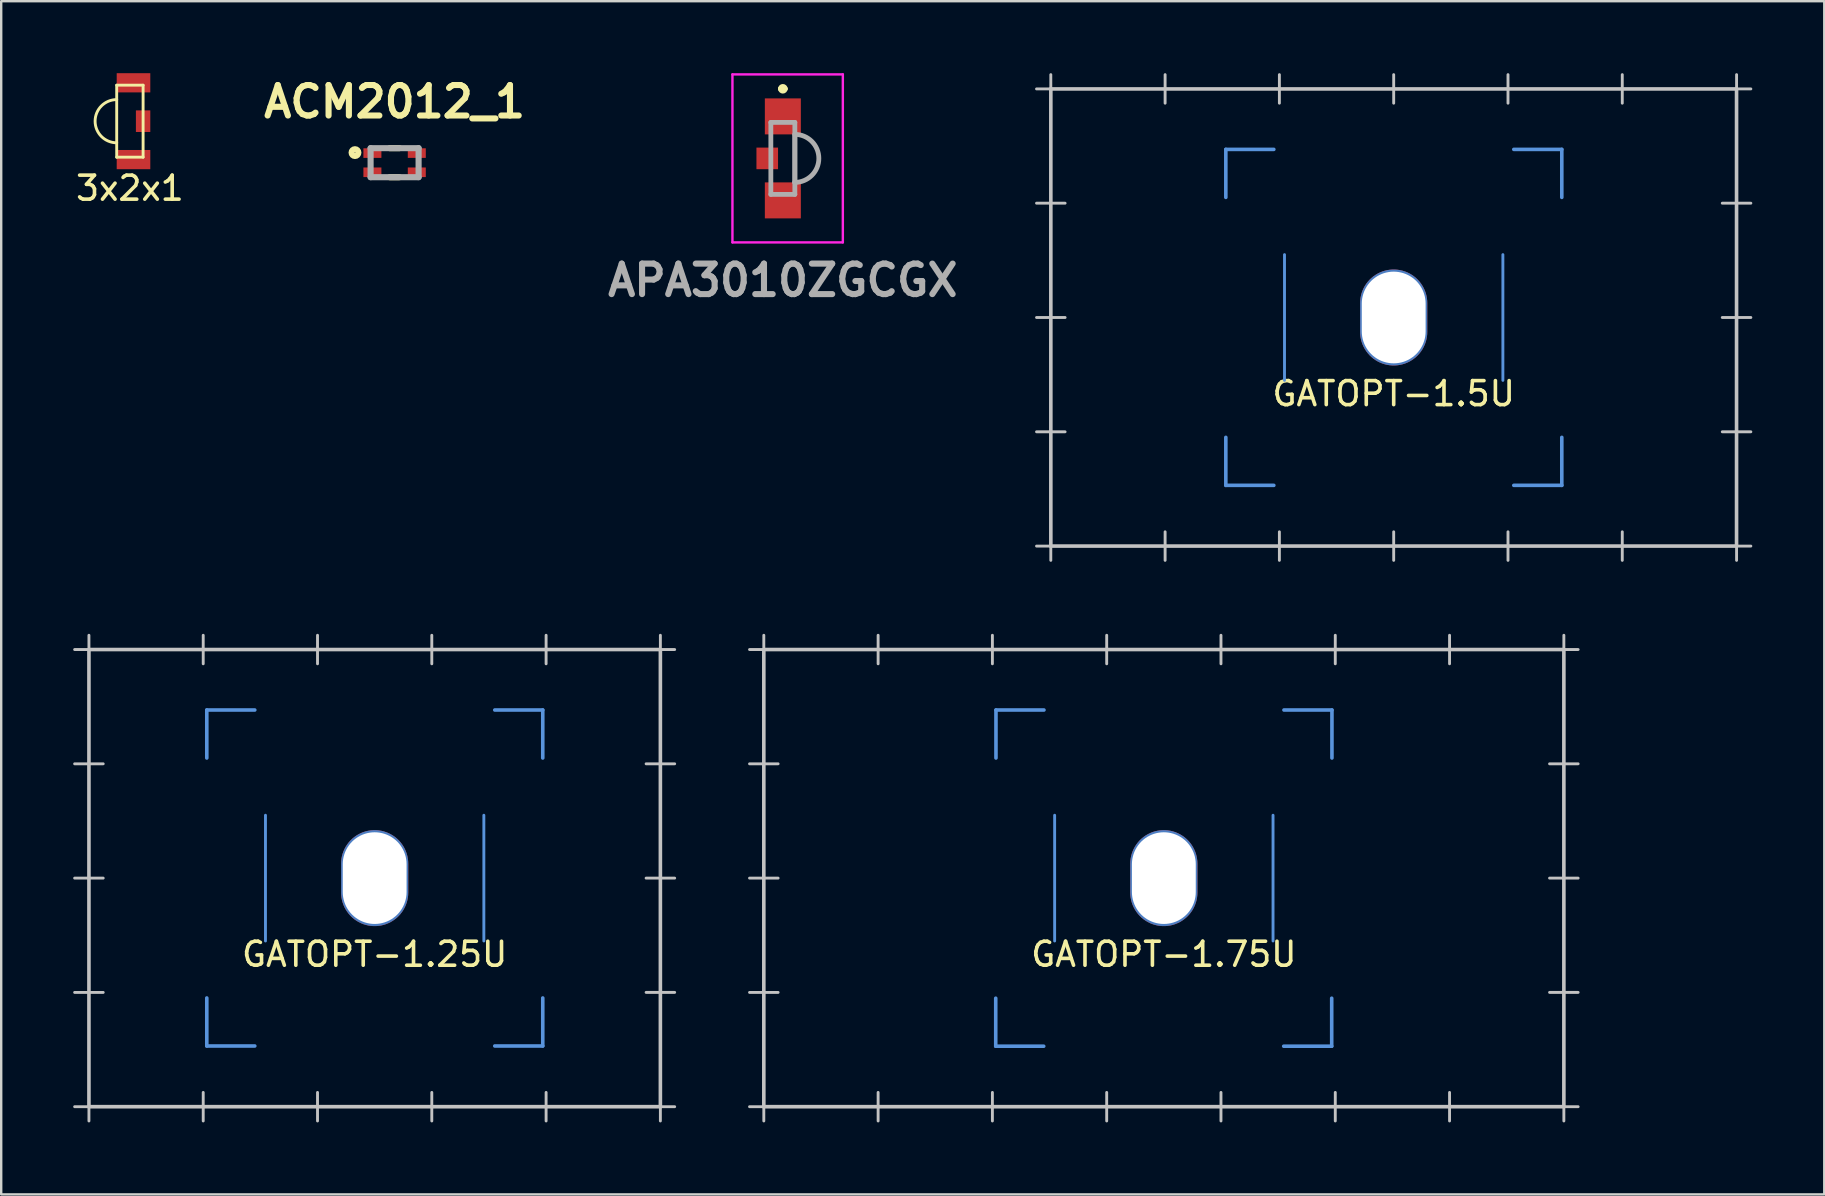
<source format=kicad_pcb>
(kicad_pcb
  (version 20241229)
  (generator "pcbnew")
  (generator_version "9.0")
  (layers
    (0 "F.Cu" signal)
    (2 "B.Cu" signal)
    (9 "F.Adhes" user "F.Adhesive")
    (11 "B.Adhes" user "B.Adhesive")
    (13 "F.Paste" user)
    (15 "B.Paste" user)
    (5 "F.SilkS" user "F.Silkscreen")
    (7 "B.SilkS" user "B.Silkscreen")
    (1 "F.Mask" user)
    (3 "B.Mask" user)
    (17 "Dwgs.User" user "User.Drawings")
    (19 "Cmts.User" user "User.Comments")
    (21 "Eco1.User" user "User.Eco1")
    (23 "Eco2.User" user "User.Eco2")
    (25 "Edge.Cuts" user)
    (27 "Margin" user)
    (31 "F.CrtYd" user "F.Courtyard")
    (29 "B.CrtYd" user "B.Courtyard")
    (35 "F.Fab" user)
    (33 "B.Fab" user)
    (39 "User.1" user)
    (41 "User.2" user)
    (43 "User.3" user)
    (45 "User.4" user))
  (footprint "3x2x1"
    (layer "F.Cu")
    (at 2.363 2)
    (property "Reference" "3x2x1" (at 0 2.794 0) (layer "F.SilkS") (effects (font (size 1 1) (thickness 0.15))))
    (attr through_hole)
    (fp_line (start -0.55 -1.5) (end -0.55 1.5) (stroke (width 0.12) (type solid)) (layer "F.SilkS"))
    (fp_line (start -0.55 -1.5) (end 0.55 -1.5) (stroke (width 0.12) (type solid)) (layer "F.SilkS"))
    (fp_line (start -0.55 1.5) (end 0.55 1.5) (stroke (width 0.12) (type solid)) (layer "F.SilkS"))
    (fp_line (start 0.55 -1.5) (end 0.55 1.5) (stroke (width 0.12) (type solid)) (layer "F.SilkS"))
    (fp_arc (start -0.55 0.9) (mid -1.45 0) (end -0.55 -0.9) (stroke (width 0.12) (type solid)) (layer "F.SilkS"))
    (pad "1" smd rect (at 0.15 -1.6 180) (size 1.4 0.8) (layers "F.Cu" "F.Mask" "F.Paste"))
    (pad "2" smd rect (at 0.15 1.6) (size 1.4 0.8) (layers "F.Cu" "F.Mask" "F.Paste"))
    (pad "3" smd rect (at 0.55 0) (size 0.6 0.9) (layers "F.Cu" "F.Mask" "F.Paste")))
  (footprint "APA3010ZGCGX"
    (layer "F.Cu")
    (at 29.571 3.55)
    (property "Reference" "APA3010ZGCGX" (at 0 5.08 0) (layer "F.Fab") (effects (font (size 1.27 1.27) (thickness 0.254))))
    (attr smd)
    (fp_line (start -0.1 -2.9) (end -0.1 -2.9) (stroke (width 0.2) (type solid)) (layer "F.SilkS"))
    (fp_line (start 0.1 -2.9) (end 0.1 -2.9) (stroke (width 0.2) (type solid)) (layer "F.SilkS"))
    (fp_line (start 0.5 -0.5) (end 0.5 0.5) (stroke (width 0.1) (type solid)) (layer "F.SilkS"))
    (fp_arc (start -0.1 -2.9) (mid 0 -3) (end 0.1 -2.9) (stroke (width 0.2) (type solid)) (layer "F.SilkS"))
    (fp_arc (start 0.1 -2.9) (mid 0 -2.8) (end -0.1 -2.9) (stroke (width 0.2) (type solid)) (layer "F.SilkS"))
    (fp_line (start -2.1 -3.5) (end 2.5 -3.5) (stroke (width 0.1) (type solid)) (layer "F.CrtYd"))
    (fp_line (start -2.1 3.5) (end -2.1 -3.5) (stroke (width 0.1) (type solid)) (layer "F.CrtYd"))
    (fp_line (start 2.5 -3.5) (end 2.5 3.5) (stroke (width 0.1) (type solid)) (layer "F.CrtYd"))
    (fp_line (start 2.5 3.5) (end -2.1 3.5) (stroke (width 0.1) (type solid)) (layer "F.CrtYd"))
    (fp_line (start -0.5 -1.5) (end 0.5 -1.5) (stroke (width 0.2) (type solid)) (layer "F.Fab"))
    (fp_line (start -0.5 1.5) (end -0.5 -1.5) (stroke (width 0.2) (type solid)) (layer "F.Fab"))
    (fp_line (start 0.5 -1.5) (end 0.5 1.5) (stroke (width 0.2) (type solid)) (layer "F.Fab"))
    (fp_line (start 0.5 -1) (end 0.5 1) (stroke (width 0.2) (type solid)) (layer "F.Fab"))
    (fp_line (start 0.5 1) (end 0.5 1) (stroke (width 0.2) (type solid)) (layer "F.Fab"))
    (fp_line (start 0.5 1.5) (end -0.5 1.5) (stroke (width 0.2) (type solid)) (layer "F.Fab"))
    (fp_arc (start 0.5 -1) (mid 1.5 0) (end 0.5 1) (stroke (width 0.2) (type solid)) (layer "F.Fab"))
    (pad "1" smd rect (at 0 -1.75) (size 1.5 1.5) (layers "F.Cu" "F.Mask" "F.Paste"))
    (pad "2" smd rect (at 0 1.75) (size 1.5 1.5) (layers "F.Cu" "F.Mask" "F.Paste"))
    (pad "3" smd rect (at -0.65 0) (size 0.9 0.9) (layers "F.Cu" "F.Mask" "F.Paste")))
  (footprint "GATOPT-1.75U"
    (layer "F.Cu")
    (at 45.447 33.541)
    (property "Reference" "GATOPT-1.75U" (at 0 3.175 0) (layer "F.SilkS") (effects (font (size 1 1) (thickness 0.15))))
    (attr through_hole)
    (fp_line (start -17.264 -9.525) (end -16.669 -9.525) (stroke (width 0.12) (type solid)) (layer "Dwgs.User"))
    (fp_line (start -17.264 0) (end -16.073 0) (stroke (width 0.12) (type solid)) (layer "Dwgs.User"))
    (fp_line (start -17.264 4.763) (end -16.073 4.763) (stroke (width 0.12) (type solid)) (layer "Dwgs.User"))
    (fp_line (start -17.264 9.525) (end -16.669 9.525) (stroke (width 0.12) (type solid)) (layer "Dwgs.User"))
    (fp_line (start -16.669 -10.12) (end -16.669 -9.525) (stroke (width 0.12) (type solid)) (layer "Dwgs.User"))
    (fp_line (start -16.669 10.12) (end -16.669 9.525) (stroke (width 0.12) (type solid)) (layer "Dwgs.User"))
    (fp_line (start -16.669 -9.525) (end 16.669 -9.525) (stroke (width 0.15) (type solid)) (layer "Dwgs.User"))
    (fp_line (start -16.669 9.525) (end -16.669 -9.525) (stroke (width 0.15) (type solid)) (layer "Dwgs.User"))
    (fp_line (start -16.669 9.525) (end 16.669 9.525) (stroke (width 0.15) (type solid)) (layer "Dwgs.User"))
    (fp_line (start -16.073 -4.763) (end -17.264 -4.763) (stroke (width 0.12) (type solid)) (layer "Dwgs.User"))
    (fp_line (start -11.906 -10.12) (end -11.906 -8.93) (stroke (width 0.12) (type solid)) (layer "Dwgs.User"))
    (fp_line (start -11.906 8.93) (end -11.906 10.12) (stroke (width 0.12) (type solid)) (layer "Dwgs.User"))
    (fp_line (start -7.144 -10.12) (end -7.144 -8.93) (stroke (width 0.12) (type solid)) (layer "Dwgs.User"))
    (fp_line (start -7.144 10.12) (end -7.144 8.93) (stroke (width 0.12) (type solid)) (layer "Dwgs.User"))
    (fp_line (start -2.381 -8.93) (end -2.381 -10.12) (stroke (width 0.12) (type solid)) (layer "Dwgs.User"))
    (fp_line (start -2.381 10.12) (end -2.381 8.93) (stroke (width 0.12) (type solid)) (layer "Dwgs.User"))
    (fp_line (start 2.381 -10.12) (end 2.381 -8.93) (stroke (width 0.12) (type solid)) (layer "Dwgs.User"))
    (fp_line (start 2.381 8.93) (end 2.381 10.12) (stroke (width 0.12) (type solid)) (layer "Dwgs.User"))
    (fp_line (start 7.144 -10.12) (end 7.144 -8.93) (stroke (width 0.12) (type solid)) (layer "Dwgs.User"))
    (fp_line (start 7.144 8.93) (end 7.144 10.12) (stroke (width 0.12) (type solid)) (layer "Dwgs.User"))
    (fp_line (start 11.906 -8.93) (end 11.906 -10.12) (stroke (width 0.12) (type solid)) (layer "Dwgs.User"))
    (fp_line (start 11.906 10.12) (end 11.906 8.93) (stroke (width 0.12) (type solid)) (layer "Dwgs.User"))
    (fp_line (start 16.073 4.762) (end 17.264 4.762) (stroke (width 0.12) (type solid)) (layer "Dwgs.User"))
    (fp_line (start 16.669 -9.525) (end 16.669 9.525) (stroke (width 0.15) (type solid)) (layer "Dwgs.User"))
    (fp_line (start 16.669 -10.12) (end 16.669 -9.525) (stroke (width 0.12) (type solid)) (layer "Dwgs.User"))
    (fp_line (start 16.669 10.12) (end 16.669 9.525) (stroke (width 0.12) (type solid)) (layer "Dwgs.User"))
    (fp_line (start 17.264 -9.525) (end 16.669 -9.525) (stroke (width 0.12) (type solid)) (layer "Dwgs.User"))
    (fp_line (start 17.264 -4.763) (end 16.073 -4.763) (stroke (width 0.12) (type solid)) (layer "Dwgs.User"))
    (fp_line (start 17.264 -0.000008) (end 16.073 -0.000008) (stroke (width 0.12) (type solid)) (layer "Dwgs.User"))
    (fp_line (start 17.264 9.525) (end 16.669 9.525) (stroke (width 0.12) (type solid)) (layer "Dwgs.User"))
    (fp_line (start -7.005 7.005) (end -7.005 5.005) (stroke (width 0.15) (type solid)) (layer "Cmts.User"))
    (fp_line (start -6.995 -7.005) (end -6.995 -5.005) (stroke (width 0.15) (type solid)) (layer "Cmts.User"))
    (fp_line (start -5.005 7.005) (end -7.005 7.005) (stroke (width 0.15) (type solid)) (layer "Cmts.User"))
    (fp_line (start -4.995 -7.005) (end -6.995 -7.005) (stroke (width 0.15) (type solid)) (layer "Cmts.User"))
    (fp_line (start -4.55 2.62) (end -4.55 -2.62) (stroke (width 0.12) (type solid)) (layer "Cmts.User"))
    (fp_line (start 4.55 -2.62) (end 4.55 2.62) (stroke (width 0.12) (type solid)) (layer "Cmts.User"))
    (fp_line (start 4.995 7.005) (end 6.995 7.005) (stroke (width 0.15) (type solid)) (layer "Cmts.User"))
    (fp_line (start 5.005 -7.005) (end 7.005 -7.005) (stroke (width 0.15) (type solid)) (layer "Cmts.User"))
    (fp_line (start 6.995 7.005) (end 6.995 5.005) (stroke (width 0.15) (type solid)) (layer "Cmts.User"))
    (fp_line (start 7.005 -7.005) (end 7.005 -5.005) (stroke (width 0.15) (type solid)) (layer "Cmts.User"))
    (pad "" np_thru_hole oval (at 0 0) (size 2.8 4) (drill oval 2.66 3.82) (layers "*.Cu" "*.Mask")))
  (footprint "ACM2012_1"
    (layer "F.Cu")
    (at 13.393 3.729)
    (property "Reference" "ACM2012_1" (at 0 -2.54 0) (layer "F.SilkS") (effects (font (size 1.27 1.27) (thickness 0.254))))
    (attr smd)
    (fp_line (start -0.2 -0.605) (end 0.2 -0.605) (stroke (width 0.254) (type solid)) (layer "F.SilkS"))
    (fp_line (start -0.2 0.605) (end 0.2 0.605) (stroke (width 0.254) (type solid)) (layer "F.SilkS"))
    (fp_circle (center -1.651 -0.42) (end -1.651 -0.405) (stroke (width 0.254) (type solid)) (fill no) (layer "F.SilkS"))
    (fp_line (start -1 -0.605) (end 1 -0.605) (stroke (width 0.254) (type solid)) (layer "F.Fab"))
    (fp_line (start -1 0.605) (end -1 -0.605) (stroke (width 0.254) (type solid)) (layer "F.Fab"))
    (fp_line (start 1 -0.605) (end 1 0.605) (stroke (width 0.254) (type solid)) (layer "F.Fab"))
    (fp_line (start 1 0.605) (end -1 0.605) (stroke (width 0.254) (type solid)) (layer "F.Fab"))
    (pad "1" smd rect (at -0.925 -0.4 90) (size 0.4 0.75) (layers "F.Cu" "F.Mask" "F.Paste"))
    (pad "2" smd rect (at -0.925 0.4 90) (size 0.4 0.75) (layers "F.Cu" "F.Mask" "F.Paste"))
    (pad "3" smd rect (at 0.925 0.4 90) (size 0.4 0.75) (layers "F.Cu" "F.Mask" "F.Paste"))
    (pad "4" smd rect (at 0.925 -0.4 90) (size 0.4 0.75) (layers "F.Cu" "F.Mask" "F.Paste")))
  (footprint "GATOPT-1.25U"
    (layer "F.Cu")
    (at 12.562 33.541)
    (property "Reference" "GATOPT-1.25U" (at 0 3.175 0) (layer "F.SilkS") (effects (font (size 1 1) (thickness 0.15))))
    (attr through_hole)
    (fp_line (start -12.502 -9.525) (end -11.906 -9.525) (stroke (width 0.12) (type solid)) (layer "Dwgs.User"))
    (fp_line (start -12.502 0) (end -11.311 0) (stroke (width 0.12) (type solid)) (layer "Dwgs.User"))
    (fp_line (start -12.502 4.763) (end -11.311 4.763) (stroke (width 0.12) (type solid)) (layer "Dwgs.User"))
    (fp_line (start -12.502 9.525) (end -11.906 9.525) (stroke (width 0.12) (type solid)) (layer "Dwgs.User"))
    (fp_line (start -11.906 -10.12) (end -11.906 -9.525) (stroke (width 0.12) (type solid)) (layer "Dwgs.User"))
    (fp_line (start -11.906 10.12) (end -11.906 9.525) (stroke (width 0.12) (type solid)) (layer "Dwgs.User"))
    (fp_line (start -11.906 -9.525) (end 11.906 -9.525) (stroke (width 0.15) (type solid)) (layer "Dwgs.User"))
    (fp_line (start -11.906 9.525) (end -11.906 -9.525) (stroke (width 0.15) (type solid)) (layer "Dwgs.User"))
    (fp_line (start -11.906 9.525) (end 11.906 9.525) (stroke (width 0.15) (type solid)) (layer "Dwgs.User"))
    (fp_line (start -11.311 -4.763) (end -12.502 -4.763) (stroke (width 0.12) (type solid)) (layer "Dwgs.User"))
    (fp_line (start -7.144 -10.12) (end -7.144 -8.93) (stroke (width 0.12) (type solid)) (layer "Dwgs.User"))
    (fp_line (start -7.144 8.93) (end -7.144 10.12) (stroke (width 0.12) (type solid)) (layer "Dwgs.User"))
    (fp_line (start -2.381 -10.12) (end -2.381 -8.93) (stroke (width 0.12) (type solid)) (layer "Dwgs.User"))
    (fp_line (start -2.381 10.12) (end -2.381 8.93) (stroke (width 0.12) (type solid)) (layer "Dwgs.User"))
    (fp_line (start 2.381 -8.93) (end 2.381 -10.12) (stroke (width 0.12) (type solid)) (layer "Dwgs.User"))
    (fp_line (start 2.381 10.12) (end 2.381 8.93) (stroke (width 0.12) (type solid)) (layer "Dwgs.User"))
    (fp_line (start 7.144 -10.12) (end 7.144 -8.93) (stroke (width 0.12) (type solid)) (layer "Dwgs.User"))
    (fp_line (start 7.144 8.93) (end 7.144 10.12) (stroke (width 0.12) (type solid)) (layer "Dwgs.User"))
    (fp_line (start 11.311 4.762) (end 12.502 4.762) (stroke (width 0.12) (type solid)) (layer "Dwgs.User"))
    (fp_line (start 11.906 -9.525) (end 11.906 9.525) (stroke (width 0.15) (type solid)) (layer "Dwgs.User"))
    (fp_line (start 11.906 -10.12) (end 11.906 -9.525) (stroke (width 0.12) (type solid)) (layer "Dwgs.User"))
    (fp_line (start 11.906 10.12) (end 11.906 9.525) (stroke (width 0.12) (type solid)) (layer "Dwgs.User"))
    (fp_line (start 12.502 -9.525) (end 11.906 -9.525) (stroke (width 0.12) (type solid)) (layer "Dwgs.User"))
    (fp_line (start 12.502 -4.763) (end 11.311 -4.763) (stroke (width 0.12) (type solid)) (layer "Dwgs.User"))
    (fp_line (start 12.502 -0.000008) (end 11.311 -0.000008) (stroke (width 0.12) (type solid)) (layer "Dwgs.User"))
    (fp_line (start 12.502 9.525) (end 11.906 9.525) (stroke (width 0.12) (type solid)) (layer "Dwgs.User"))
    (fp_line (start -6.995 -7.005) (end -6.995 -5.005) (stroke (width 0.15) (type solid)) (layer "Cmts.User"))
    (fp_line (start -6.995 6.995) (end -6.995 4.995) (stroke (width 0.15) (type solid)) (layer "Cmts.User"))
    (fp_line (start -4.995 -7.005) (end -6.995 -7.005) (stroke (width 0.15) (type solid)) (layer "Cmts.User"))
    (fp_line (start -4.995 6.995) (end -6.995 6.995) (stroke (width 0.15) (type solid)) (layer "Cmts.User"))
    (fp_line (start -4.55 2.62) (end -4.55 -2.62) (stroke (width 0.12) (type solid)) (layer "Cmts.User"))
    (fp_line (start 4.55 -2.62) (end 4.55 2.62) (stroke (width 0.12) (type solid)) (layer "Cmts.User"))
    (fp_line (start 5.005 -7.005) (end 7.005 -7.005) (stroke (width 0.15) (type solid)) (layer "Cmts.User"))
    (fp_line (start 5.005 6.995) (end 7.005 6.995) (stroke (width 0.15) (type solid)) (layer "Cmts.User"))
    (fp_line (start 7.005 -7.005) (end 7.005 -5.005) (stroke (width 0.15) (type solid)) (layer "Cmts.User"))
    (fp_line (start 7.005 6.995) (end 7.005 4.995) (stroke (width 0.15) (type solid)) (layer "Cmts.User"))
    (pad "" np_thru_hole oval (at 0 0) (size 2.8 4) (drill oval 2.66 3.82) (layers "*.Cu" "*.Mask")))
  (footprint "GATOPT-1.5U"
    (layer "F.Cu")
    (at 55.025 10.18)
    (property "Reference" "GATOPT-1.5U" (at 0 3.175 0) (layer "F.SilkS") (effects (font (size 1 1) (thickness 0.15))))
    (attr through_hole)
    (fp_line (start -14.883 -9.525) (end -14.288 -9.525) (stroke (width 0.12) (type solid)) (layer "Dwgs.User"))
    (fp_line (start -14.883 0) (end -13.692 0) (stroke (width 0.12) (type solid)) (layer "Dwgs.User"))
    (fp_line (start -14.883 4.763) (end -13.692 4.763) (stroke (width 0.12) (type solid)) (layer "Dwgs.User"))
    (fp_line (start -14.883 9.525) (end -14.287 9.525) (stroke (width 0.12) (type solid)) (layer "Dwgs.User"))
    (fp_line (start -14.288 -10.12) (end -14.288 -9.525) (stroke (width 0.12) (type solid)) (layer "Dwgs.User"))
    (fp_line (start -14.288 10.12) (end -14.288 9.525) (stroke (width 0.12) (type solid)) (layer "Dwgs.User"))
    (fp_line (start -14.287 -9.525) (end 14.287 -9.525) (stroke (width 0.15) (type solid)) (layer "Dwgs.User"))
    (fp_line (start -14.287 9.525) (end -14.287 -9.525) (stroke (width 0.15) (type solid)) (layer "Dwgs.User"))
    (fp_line (start -14.287 9.525) (end 14.287 9.525) (stroke (width 0.15) (type solid)) (layer "Dwgs.User"))
    (fp_line (start -13.692 -4.763) (end -14.883 -4.763) (stroke (width 0.12) (type solid)) (layer "Dwgs.User"))
    (fp_line (start -9.525 -10.12) (end -9.525 -8.93) (stroke (width 0.12) (type solid)) (layer "Dwgs.User"))
    (fp_line (start -9.525 8.93) (end -9.525 10.12) (stroke (width 0.12) (type solid)) (layer "Dwgs.User"))
    (fp_line (start -4.763 -10.12) (end -4.763 -8.93) (stroke (width 0.12) (type solid)) (layer "Dwgs.User"))
    (fp_line (start -4.763 10.12) (end -4.763 8.93) (stroke (width 0.12) (type solid)) (layer "Dwgs.User"))
    (fp_line (start 0 -10.12) (end 0 -8.93) (stroke (width 0.12) (type solid)) (layer "Dwgs.User"))
    (fp_line (start 0 10.12) (end 0 8.93) (stroke (width 0.12) (type solid)) (layer "Dwgs.User"))
    (fp_line (start 4.763 -10.12) (end 4.763 -8.93) (stroke (width 0.12) (type solid)) (layer "Dwgs.User"))
    (fp_line (start 4.763 10.12) (end 4.763 8.93) (stroke (width 0.12) (type solid)) (layer "Dwgs.User"))
    (fp_line (start 9.525 -8.93) (end 9.525 -10.12) (stroke (width 0.12) (type solid)) (layer "Dwgs.User"))
    (fp_line (start 9.525 10.12) (end 9.525 8.93) (stroke (width 0.12) (type solid)) (layer "Dwgs.User"))
    (fp_line (start 13.692 4.763) (end 14.883 4.763) (stroke (width 0.12) (type solid)) (layer "Dwgs.User"))
    (fp_line (start 14.287 -9.525) (end 14.287 9.525) (stroke (width 0.15) (type solid)) (layer "Dwgs.User"))
    (fp_line (start 14.288 -10.12) (end 14.288 -9.525) (stroke (width 0.12) (type solid)) (layer "Dwgs.User"))
    (fp_line (start 14.288 10.12) (end 14.288 9.525) (stroke (width 0.12) (type solid)) (layer "Dwgs.User"))
    (fp_line (start 14.883 -9.525) (end 14.287 -9.525) (stroke (width 0.12) (type solid)) (layer "Dwgs.User"))
    (fp_line (start 14.883 -4.763) (end 13.692 -4.763) (stroke (width 0.12) (type solid)) (layer "Dwgs.User"))
    (fp_line (start 14.883 0) (end 13.692 0) (stroke (width 0.12) (type solid)) (layer "Dwgs.User"))
    (fp_line (start 14.883 9.525) (end 14.288 9.525) (stroke (width 0.12) (type solid)) (layer "Dwgs.User"))
    (fp_line (start -6.995 -7.005) (end -6.995 -5.005) (stroke (width 0.15) (type solid)) (layer "Cmts.User"))
    (fp_line (start -6.995 6.995) (end -6.995 4.995) (stroke (width 0.15) (type solid)) (layer "Cmts.User"))
    (fp_line (start -4.995 -7.005) (end -6.995 -7.005) (stroke (width 0.15) (type solid)) (layer "Cmts.User"))
    (fp_line (start -4.995 6.995) (end -6.995 6.995) (stroke (width 0.15) (type solid)) (layer "Cmts.User"))
    (fp_line (start -4.55 2.62) (end -4.55 -2.62) (stroke (width 0.12) (type solid)) (layer "Cmts.User"))
    (fp_line (start 4.55 -2.62) (end 4.55 2.62) (stroke (width 0.12) (type solid)) (layer "Cmts.User"))
    (fp_line (start 5.005 -7.005) (end 7.005 -7.005) (stroke (width 0.15) (type solid)) (layer "Cmts.User"))
    (fp_line (start 5.005 6.995) (end 7.005 6.995) (stroke (width 0.15) (type solid)) (layer "Cmts.User"))
    (fp_line (start 7.005 -7.005) (end 7.005 -5.005) (stroke (width 0.15) (type solid)) (layer "Cmts.User"))
    (fp_line (start 7.005 6.995) (end 7.005 4.995) (stroke (width 0.15) (type solid)) (layer "Cmts.User"))
    (pad "" np_thru_hole oval (at 0 0) (size 2.8 4) (drill oval 2.66 3.82) (layers "*.Cu" "*.Mask")))
  (gr_rect
    (start -3 -3)
    (end 72.967 46.721)
    (stroke (width 0.1) (type default))
    (fill no)
    (layer "Edge.Cuts")))
</source>
